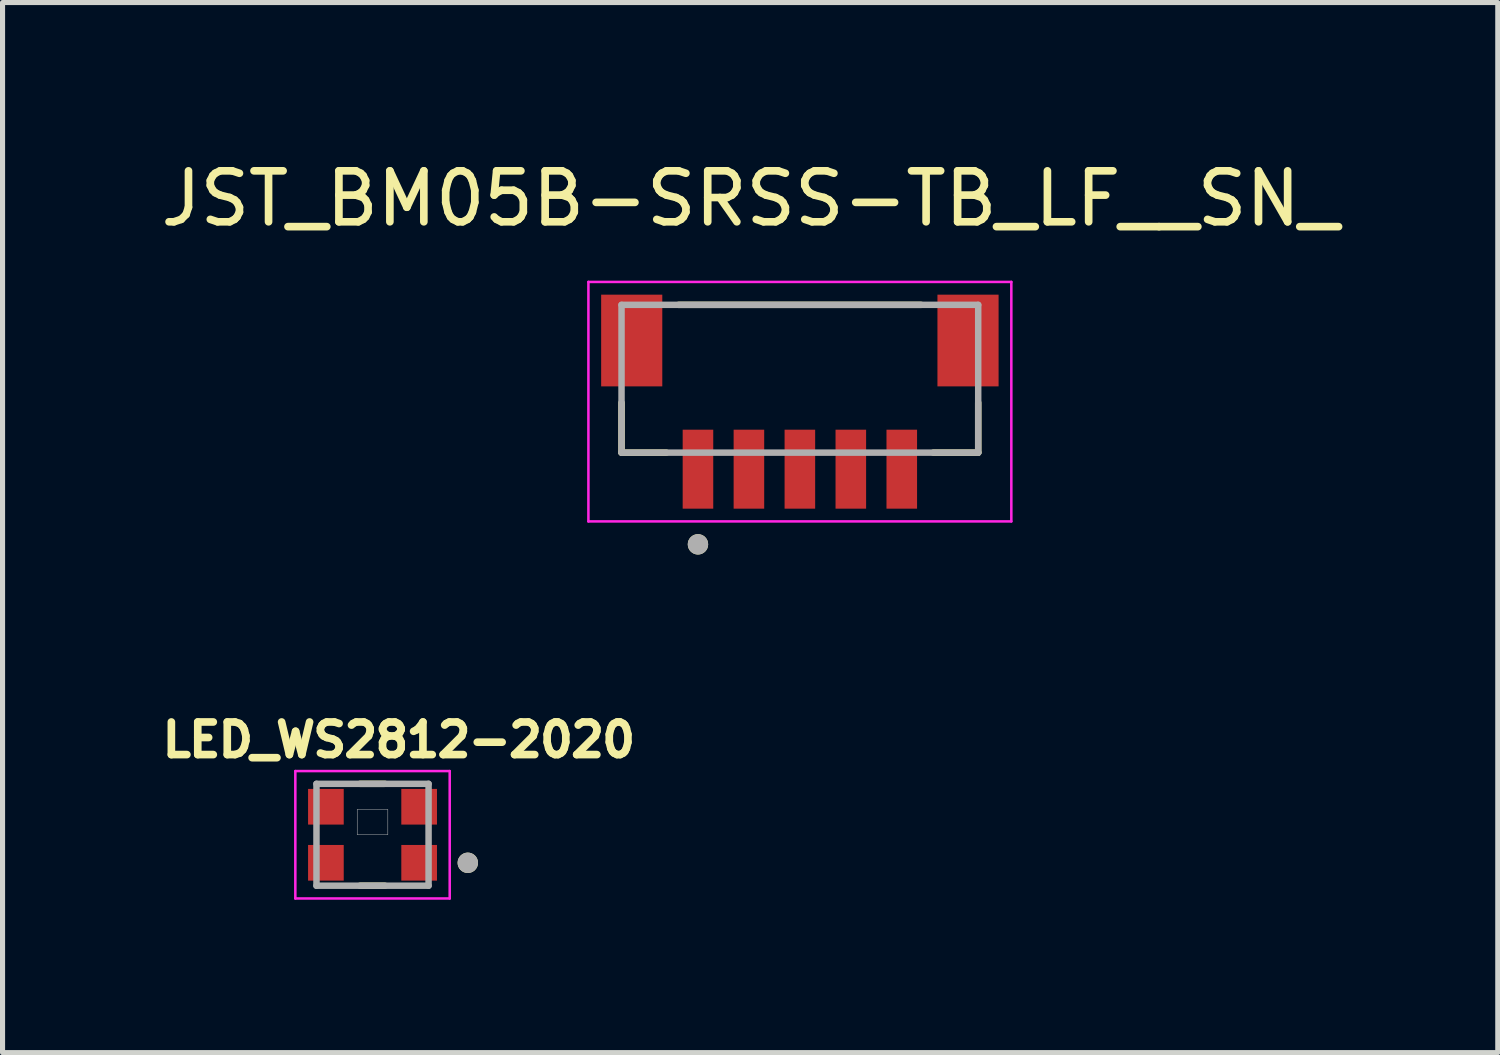
<source format=kicad_pcb>
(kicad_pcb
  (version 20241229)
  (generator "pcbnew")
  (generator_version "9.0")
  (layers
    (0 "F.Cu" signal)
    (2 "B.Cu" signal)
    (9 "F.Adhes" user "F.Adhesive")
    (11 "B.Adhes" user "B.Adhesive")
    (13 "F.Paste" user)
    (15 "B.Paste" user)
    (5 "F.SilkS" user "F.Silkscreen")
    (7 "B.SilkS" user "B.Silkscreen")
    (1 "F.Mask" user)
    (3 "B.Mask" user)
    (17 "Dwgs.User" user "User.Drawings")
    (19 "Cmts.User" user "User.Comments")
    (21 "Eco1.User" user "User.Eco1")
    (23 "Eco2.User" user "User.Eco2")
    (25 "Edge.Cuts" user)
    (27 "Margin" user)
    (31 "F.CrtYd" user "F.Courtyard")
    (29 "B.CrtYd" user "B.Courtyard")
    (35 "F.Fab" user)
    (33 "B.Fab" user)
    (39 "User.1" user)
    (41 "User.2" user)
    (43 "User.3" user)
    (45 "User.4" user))
  (footprint "JST_BM05B-SRSS-TB_LF__SN_"
    (layer "F.Cu")
    (at 12.648 3.633)
    (property "Reference" "JST_BM05B-SRSS-TB_LF__SN_" (at -0.975 -2.785 0) (layer "F.SilkS") (effects (font (size 1 1) (thickness 0.15))))
    (attr smd)
    (fp_line (start -3.5 2.2) (end -3.5 1.22) (stroke (width 0.127) (type solid)) (layer "F.SilkS"))
    (fp_line (start -2.62 2.2) (end -3.5 2.2) (stroke (width 0.127) (type solid)) (layer "F.SilkS"))
    (fp_line (start -2.38 -0.7) (end 2.38 -0.7) (stroke (width 0.127) (type solid)) (layer "F.SilkS"))
    (fp_line (start 3.5 2.2) (end 2.62 2.2) (stroke (width 0.127) (type solid)) (layer "F.SilkS"))
    (fp_line (start 3.5 2.2) (end 3.5 1.22) (stroke (width 0.127) (type solid)) (layer "F.SilkS"))
    (fp_circle (center -2 4) (end -1.9 4) (stroke (width 0.2) (type solid)) (fill no) (layer "F.SilkS"))
    (fp_line (start -4.15 -1.15) (end -4.15 3.55) (stroke (width 0.05) (type solid)) (layer "F.CrtYd"))
    (fp_line (start -4.15 3.55) (end 4.15 3.55) (stroke (width 0.05) (type solid)) (layer "F.CrtYd"))
    (fp_line (start 4.15 -1.15) (end -4.15 -1.15) (stroke (width 0.05) (type solid)) (layer "F.CrtYd"))
    (fp_line (start 4.15 3.55) (end 4.15 -1.15) (stroke (width 0.05) (type solid)) (layer "F.CrtYd"))
    (fp_line (start -3.5 -0.7) (end 3.5 -0.7) (stroke (width 0.127) (type solid)) (layer "F.Fab"))
    (fp_line (start -3.5 2.2) (end -3.5 -0.7) (stroke (width 0.127) (type solid)) (layer "F.Fab"))
    (fp_line (start 3.5 -0.7) (end 3.5 2.2) (stroke (width 0.127) (type solid)) (layer "F.Fab"))
    (fp_line (start 3.5 2.2) (end -3.5 2.2) (stroke (width 0.127) (type solid)) (layer "F.Fab"))
    (fp_circle (center -2 4) (end -1.9 4) (stroke (width 0.2) (type solid)) (fill no) (layer "F.Fab"))
    (pad "1" smd rect (at -2 2.525) (size 0.6 1.55) (layers "F.Cu" "F.Mask" "F.Paste"))
    (pad "2" smd rect (at -1 2.525) (size 0.6 1.55) (layers "F.Cu" "F.Mask" "F.Paste"))
    (pad "3" smd rect (at 0 2.525) (size 0.6 1.55) (layers "F.Cu" "F.Mask" "F.Paste"))
    (pad "4" smd rect (at 1 2.525) (size 0.6 1.55) (layers "F.Cu" "F.Mask" "F.Paste"))
    (pad "5" smd rect (at 2 2.525) (size 0.6 1.55) (layers "F.Cu" "F.Mask" "F.Paste"))
    (pad "S1" smd rect (at -3.3 0) (size 1.2 1.8) (layers "F.Cu" "F.Mask" "F.Paste"))
    (pad "S2" smd rect (at 3.3 0) (size 1.2 1.8) (layers "F.Cu" "F.Mask" "F.Paste")))
  (footprint "LED_WS2812-2020"
    (layer "F.Cu")
    (at 4.261 13.333)
    (property "Reference" "LED_WS2812-2020" (at 0.517 -1.862 0) (layer "F.SilkS") (effects (font (size 0.64 0.64) (thickness 0.15))))
    (attr smd)
    (fp_line (start 0.245 -1) (end -0.245 -1) (stroke (width 0.127) (type solid)) (layer "F.SilkS"))
    (fp_line (start 0.245 1) (end -0.245 1) (stroke (width 0.127) (type solid)) (layer "F.SilkS"))
    (fp_circle (center 1.87 0.55) (end 1.97 0.55) (stroke (width 0.2) (type solid)) (fill no) (layer "F.SilkS"))
    (fp_line (start -1.515 -1.25) (end -1.515 1.25) (stroke (width 0.05) (type solid)) (layer "F.CrtYd"))
    (fp_line (start -1.515 1.25) (end 1.515 1.25) (stroke (width 0.05) (type solid)) (layer "F.CrtYd"))
    (fp_line (start 1.515 -1.25) (end -1.515 -1.25) (stroke (width 0.05) (type solid)) (layer "F.CrtYd"))
    (fp_line (start 1.515 1.25) (end 1.515 -1.25) (stroke (width 0.05) (type solid)) (layer "F.CrtYd"))
    (fp_line (start -1.1 -1) (end 1.1 -1) (stroke (width 0.127) (type solid)) (layer "F.Fab"))
    (fp_line (start -1.1 1) (end -1.1 -1) (stroke (width 0.127) (type solid)) (layer "F.Fab"))
    (fp_line (start 1.1 -1) (end 1.1 1) (stroke (width 0.127) (type solid)) (layer "F.Fab"))
    (fp_line (start 1.1 1) (end -1.1 1) (stroke (width 0.127) (type solid)) (layer "F.Fab"))
    (fp_circle (center 1.87 0.55) (end 1.97 0.55) (stroke (width 0.2) (type solid)) (fill no) (layer "F.Fab"))
    (fp_poly (pts (xy -0.3 -0.5) (xy 0.3 -0.5) (xy 0.3 0) (xy -0.3 0)) (stroke (width 0.01) (type solid)) (fill no) (layer "F.Fab"))
    (pad "1" smd rect (at 0.915 0.55) (size 0.7 0.7) (layers "F.Cu" "F.Mask" "F.Paste"))
    (pad "2" smd rect (at 0.915 -0.55) (size 0.7 0.7) (layers "F.Cu" "F.Mask" "F.Paste"))
    (pad "3" smd rect (at -0.915 -0.55) (size 0.7 0.7) (layers "F.Cu" "F.Mask" "F.Paste"))
    (pad "4" smd rect (at -0.915 0.55) (size 0.7 0.7) (layers "F.Cu" "F.Mask" "F.Paste")))
  (gr_rect
    (start -3 -3)
    (end 26.345 17.608)
    (stroke (width 0.1) (type default))
    (fill no)
    (layer "Edge.Cuts")))
</source>
